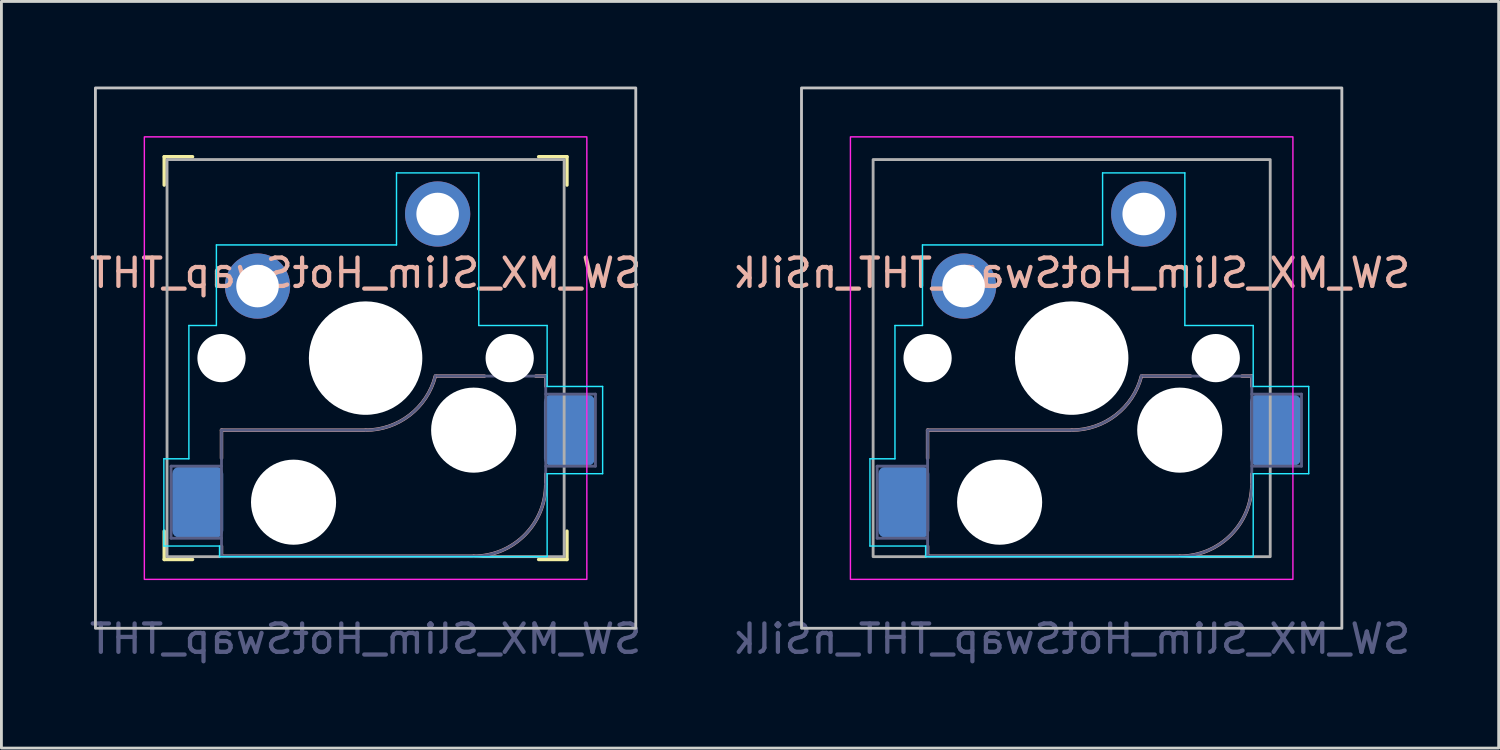
<source format=kicad_pcb>
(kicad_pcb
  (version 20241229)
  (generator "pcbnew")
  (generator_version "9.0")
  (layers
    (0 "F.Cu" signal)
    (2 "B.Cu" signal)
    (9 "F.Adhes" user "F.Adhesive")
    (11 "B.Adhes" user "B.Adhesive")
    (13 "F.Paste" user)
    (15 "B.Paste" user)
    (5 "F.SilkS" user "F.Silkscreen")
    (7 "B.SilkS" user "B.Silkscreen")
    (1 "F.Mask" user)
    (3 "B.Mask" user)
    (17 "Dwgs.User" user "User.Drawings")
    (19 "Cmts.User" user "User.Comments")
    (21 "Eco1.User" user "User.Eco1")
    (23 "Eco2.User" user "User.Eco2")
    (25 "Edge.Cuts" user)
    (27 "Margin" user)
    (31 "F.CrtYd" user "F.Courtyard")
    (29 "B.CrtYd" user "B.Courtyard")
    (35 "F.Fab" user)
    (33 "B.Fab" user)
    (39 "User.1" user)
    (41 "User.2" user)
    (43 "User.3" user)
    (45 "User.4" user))
  (footprint "SW_MX_Slim_HotSwap_THT_nSilk"
    (layer "F.Cu")
    (at 34.732 9.575)
    (property "Reference" "SW_MX_Slim_HotSwap_THT_nSilk" (at 0 -3 0) (layer "B.SilkS") (effects (font (size 1 1) (thickness 0.15)) (justify mirror)))
    (attr smd)
    (fp_line (start -5.08 2.54) (end -5.08 3.53) (stroke (width 0.12) (type default)) (layer "B.SilkS"))
    (fp_line (start -5.08 2.54) (end 0 2.54) (stroke (width 0.12) (type solid)) (layer "B.SilkS"))
    (fp_line (start -5.08 6.985) (end -5.08 6.63) (stroke (width 0.12) (type solid)) (layer "B.SilkS"))
    (fp_line (start 2.464 0.635) (end 4.191 0.635) (stroke (width 0.12) (type solid)) (layer "B.SilkS"))
    (fp_line (start 3.81 6.985) (end -5.08 6.985) (stroke (width 0.12) (type solid)) (layer "B.SilkS"))
    (fp_line (start 6 0.635) (end 6.35 0.635) (stroke (width 0.12) (type solid)) (layer "B.SilkS"))
    (fp_line (start 6.35 0.99) (end 6.35 0.635) (stroke (width 0.12) (type solid)) (layer "B.SilkS"))
    (fp_line (start 6.35 4.445) (end 6.35 4.09) (stroke (width 0.12) (type solid)) (layer "B.SilkS"))
    (fp_arc (start 2.459645 0.633836) (mid 1.555901 2.007678) (end 0 2.54) (stroke (width 0.12) (type default)) (layer "B.SilkS"))
    (fp_arc (start 6.35 4.445) (mid 5.606051 6.241051) (end 3.81 6.985) (stroke (width 0.12) (type solid)) (layer "B.SilkS"))
    (fp_rect (start -9.525 -9.525) (end 9.525 9.525) (stroke (width 0.1) (type default)) (fill no) (layer "Dwgs.User"))
    (fp_line (start -7.112 3.55) (end -7.112 6.625) (stroke (width 0.05) (type default)) (layer "B.CrtYd"))
    (fp_line (start -7.112 6.625) (end -5.15 6.625) (stroke (width 0.05) (type default)) (layer "B.CrtYd"))
    (fp_line (start -6.23 -1.15) (end -6.23 3.55) (stroke (width 0.05) (type default)) (layer "B.CrtYd"))
    (fp_line (start -6.23 -1.15) (end -5.26 -1.15) (stroke (width 0.05) (type default)) (layer "B.CrtYd"))
    (fp_line (start -6.23 3.55) (end -7.112 3.55) (stroke (width 0.05) (type default)) (layer "B.CrtYd"))
    (fp_line (start -5.26 -3.99) (end 1.09 -3.99) (stroke (width 0.05) (type default)) (layer "B.CrtYd"))
    (fp_line (start -5.26 -1.15) (end -5.26 -3.99) (stroke (width 0.05) (type default)) (layer "B.CrtYd"))
    (fp_line (start -5.15 6.625) (end -5.15 7) (stroke (width 0.05) (type default)) (layer "B.CrtYd"))
    (fp_line (start -5.15 7) (end 6.4 7) (stroke (width 0.05) (type default)) (layer "B.CrtYd"))
    (fp_line (start 1.09 -6.53) (end 3.99 -6.53) (stroke (width 0.05) (type default)) (layer "B.CrtYd"))
    (fp_line (start 1.09 -3.99) (end 1.09 -6.53) (stroke (width 0.05) (type default)) (layer "B.CrtYd"))
    (fp_line (start 3.99 -6.53) (end 3.99 -1.15) (stroke (width 0.05) (type default)) (layer "B.CrtYd"))
    (fp_line (start 3.99 -1.15) (end 6.4 -1.15) (stroke (width 0.05) (type default)) (layer "B.CrtYd"))
    (fp_line (start 6.4 -1.15) (end 6.4 1) (stroke (width 0.05) (type default)) (layer "B.CrtYd"))
    (fp_line (start 6.4 1) (end 8.357 1) (stroke (width 0.05) (type default)) (layer "B.CrtYd"))
    (fp_line (start 6.4 4.075) (end 6.4 7) (stroke (width 0.05) (type default)) (layer "B.CrtYd"))
    (fp_line (start 8.357 1) (end 8.357 4.075) (stroke (width 0.05) (type default)) (layer "B.CrtYd"))
    (fp_line (start 8.357 4.075) (end 6.4 4.075) (stroke (width 0.05) (type default)) (layer "B.CrtYd"))
    (fp_rect (start -7.8 -7.8) (end 7.8 7.8) (stroke (width 0.05) (type default)) (fill no) (layer "F.CrtYd"))
    (fp_line (start -6.858 3.81) (end -5.08 3.81) (stroke (width 0.1) (type solid)) (layer "B.Fab"))
    (fp_line (start -6.858 6.35) (end -6.858 3.81) (stroke (width 0.1) (type solid)) (layer "B.Fab"))
    (fp_line (start -5.08 2.54) (end 0 2.54) (stroke (width 0.1) (type solid)) (layer "B.Fab"))
    (fp_line (start -5.08 6.35) (end -6.858 6.35) (stroke (width 0.1) (type solid)) (layer "B.Fab"))
    (fp_line (start -5.08 6.985) (end -5.08 2.54) (stroke (width 0.1) (type solid)) (layer "B.Fab"))
    (fp_line (start 3.81 6.985) (end -5.08 6.985) (stroke (width 0.1) (type solid)) (layer "B.Fab"))
    (fp_line (start 6.35 0.635) (end 2.54 0.635) (stroke (width 0.1) (type solid)) (layer "B.Fab"))
    (fp_line (start 6.35 0.635) (end 6.35 4.445) (stroke (width 0.1) (type solid)) (layer "B.Fab"))
    (fp_line (start 6.35 1.27) (end 8.103 1.27) (stroke (width 0.1) (type solid)) (layer "B.Fab"))
    (fp_line (start 8.103 1.27) (end 8.103 3.81) (stroke (width 0.1) (type solid)) (layer "B.Fab"))
    (fp_line (start 8.103 3.81) (end 6.35 3.81) (stroke (width 0.1) (type solid)) (layer "B.Fab"))
    (fp_arc (start 2.464162 0.61604) (mid 1.563147 2.002042) (end 0 2.54) (stroke (width 0.1) (type solid)) (layer "B.Fab"))
    (fp_arc (start 6.35 4.445) (mid 5.606051 6.241051) (end 3.81 6.985) (stroke (width 0.1) (type solid)) (layer "B.Fab"))
    (fp_rect (start -7 -7) (end 7 7) (stroke (width 0.1) (type default)) (fill no) (layer "F.Fab"))
    (fp_text user "${REFERENCE}" (at 0 9.9 0) (layer "B.Fab") (effects (font (size 1 1) (thickness 0.15)) (justify mirror)))
    (pad "" np_thru_hole circle (at -5.08 0 180) (size 1.7 1.7) (drill 1.7) (layers "*.Cu" "*.Mask"))
    (pad "" np_thru_hole circle (at -2.54 5.08) (size 3 3) (drill 3) (layers "*.Cu" "*.Mask"))
    (pad "" np_thru_hole circle (at 0 0.000001 180) (size 4 4) (drill 4) (layers "*.Cu" "*.Mask"))
    (pad "" np_thru_hole circle (at 3.81 2.54) (size 3 3) (drill 3) (layers "*.Cu" "*.Mask"))
    (pad "" np_thru_hole circle (at 5.08 0 180) (size 1.7 1.7) (drill 1.7) (layers "*.Cu" "*.Mask"))
    (pad "1" thru_hole circle (at 2.54 -5.08) (size 2.3 2.3) (drill 1.5) (layers "*.Cu" "*.Mask"))
    (pad "1" smd roundrect (at 7.188 2.54) (size 1.8 2.5) (layers "B.Cu" "B.Mask" "B.Paste") (roundrect_rratio 0.139))
    (pad "2" smd roundrect (at -5.918 5.08) (size 1.8 2.5) (layers "B.Cu" "B.Mask" "B.Paste") (roundrect_rratio 0.139))
    (pad "2" thru_hole circle (at -3.81 -2.54) (size 2.3 2.3) (drill 1.5) (layers "*.Cu" "*.Mask")))
  (footprint "SW_MX_Slim_HotSwap_THT"
    (layer "F.Cu")
    (at 9.839 9.575)
    (property "Reference" "SW_MX_Slim_HotSwap_THT" (at 0 -3 0) (layer "B.SilkS") (effects (font (size 1 1) (thickness 0.15)) (justify mirror)))
    (attr smd)
    (fp_line (start -7.1 -7.1) (end -7.1 -6.1) (stroke (width 0.12) (type solid)) (layer "F.SilkS"))
    (fp_line (start -7.1 6.1) (end -7.1 7.1) (stroke (width 0.12) (type solid)) (layer "F.SilkS"))
    (fp_line (start -7.1 7.1) (end -6.1 7.1) (stroke (width 0.12) (type solid)) (layer "F.SilkS"))
    (fp_line (start -6.1 -7.1) (end -7.1 -7.1) (stroke (width 0.12) (type solid)) (layer "F.SilkS"))
    (fp_line (start 6.1 7.1) (end 7.1 7.1) (stroke (width 0.12) (type solid)) (layer "F.SilkS"))
    (fp_line (start 7.1 -7.1) (end 6.1 -7.1) (stroke (width 0.12) (type solid)) (layer "F.SilkS"))
    (fp_line (start 7.1 -7.1) (end 7.1 -6.1) (stroke (width 0.12) (type solid)) (layer "F.SilkS"))
    (fp_line (start 7.1 7.1) (end 7.1 6.1) (stroke (width 0.12) (type solid)) (layer "F.SilkS"))
    (fp_line (start -5.08 2.54) (end -5.08 3.53) (stroke (width 0.12) (type default)) (layer "B.SilkS"))
    (fp_line (start -5.08 2.54) (end 0 2.54) (stroke (width 0.12) (type solid)) (layer "B.SilkS"))
    (fp_line (start -5.08 6.985) (end -5.08 6.63) (stroke (width 0.12) (type solid)) (layer "B.SilkS"))
    (fp_line (start 2.464 0.635) (end 4.191 0.635) (stroke (width 0.12) (type solid)) (layer "B.SilkS"))
    (fp_line (start 3.81 6.985) (end -5.08 6.985) (stroke (width 0.12) (type solid)) (layer "B.SilkS"))
    (fp_line (start 6 0.635) (end 6.35 0.635) (stroke (width 0.12) (type solid)) (layer "B.SilkS"))
    (fp_line (start 6.35 0.99) (end 6.35 0.635) (stroke (width 0.12) (type solid)) (layer "B.SilkS"))
    (fp_line (start 6.35 4.445) (end 6.35 4.09) (stroke (width 0.12) (type solid)) (layer "B.SilkS"))
    (fp_arc (start 2.459645 0.633836) (mid 1.555901 2.007678) (end 0 2.54) (stroke (width 0.12) (type default)) (layer "B.SilkS"))
    (fp_arc (start 6.35 4.445) (mid 5.606051 6.241051) (end 3.81 6.985) (stroke (width 0.12) (type solid)) (layer "B.SilkS"))
    (fp_rect (start -9.525 -9.525) (end 9.525 9.525) (stroke (width 0.1) (type default)) (fill no) (layer "Dwgs.User"))
    (fp_line (start -7.112 3.55) (end -7.112 6.625) (stroke (width 0.05) (type default)) (layer "B.CrtYd"))
    (fp_line (start -7.112 6.625) (end -5.15 6.625) (stroke (width 0.05) (type default)) (layer "B.CrtYd"))
    (fp_line (start -6.23 -1.15) (end -6.23 3.55) (stroke (width 0.05) (type default)) (layer "B.CrtYd"))
    (fp_line (start -6.23 -1.15) (end -5.26 -1.15) (stroke (width 0.05) (type default)) (layer "B.CrtYd"))
    (fp_line (start -6.23 3.55) (end -7.112 3.55) (stroke (width 0.05) (type default)) (layer "B.CrtYd"))
    (fp_line (start -5.26 -3.99) (end 1.09 -3.99) (stroke (width 0.05) (type default)) (layer "B.CrtYd"))
    (fp_line (start -5.26 -1.15) (end -5.26 -3.99) (stroke (width 0.05) (type default)) (layer "B.CrtYd"))
    (fp_line (start -5.15 6.625) (end -5.15 7) (stroke (width 0.05) (type default)) (layer "B.CrtYd"))
    (fp_line (start -5.15 7) (end 6.4 7) (stroke (width 0.05) (type default)) (layer "B.CrtYd"))
    (fp_line (start 1.09 -6.53) (end 3.99 -6.53) (stroke (width 0.05) (type default)) (layer "B.CrtYd"))
    (fp_line (start 1.09 -3.99) (end 1.09 -6.53) (stroke (width 0.05) (type default)) (layer "B.CrtYd"))
    (fp_line (start 3.99 -6.53) (end 3.99 -1.15) (stroke (width 0.05) (type default)) (layer "B.CrtYd"))
    (fp_line (start 3.99 -1.15) (end 6.4 -1.15) (stroke (width 0.05) (type default)) (layer "B.CrtYd"))
    (fp_line (start 6.4 -1.15) (end 6.4 1) (stroke (width 0.05) (type default)) (layer "B.CrtYd"))
    (fp_line (start 6.4 1) (end 8.357 1) (stroke (width 0.05) (type default)) (layer "B.CrtYd"))
    (fp_line (start 6.4 4.075) (end 6.4 7) (stroke (width 0.05) (type default)) (layer "B.CrtYd"))
    (fp_line (start 8.357 1) (end 8.357 4.075) (stroke (width 0.05) (type default)) (layer "B.CrtYd"))
    (fp_line (start 8.357 4.075) (end 6.4 4.075) (stroke (width 0.05) (type default)) (layer "B.CrtYd"))
    (fp_rect (start -7.8 -7.8) (end 7.8 7.8) (stroke (width 0.05) (type default)) (fill no) (layer "F.CrtYd"))
    (fp_line (start -6.858 3.81) (end -5.08 3.81) (stroke (width 0.1) (type solid)) (layer "B.Fab"))
    (fp_line (start -6.858 6.35) (end -6.858 3.81) (stroke (width 0.1) (type solid)) (layer "B.Fab"))
    (fp_line (start -5.08 2.54) (end 0 2.54) (stroke (width 0.1) (type solid)) (layer "B.Fab"))
    (fp_line (start -5.08 6.35) (end -6.858 6.35) (stroke (width 0.1) (type solid)) (layer "B.Fab"))
    (fp_line (start -5.08 6.985) (end -5.08 2.54) (stroke (width 0.1) (type solid)) (layer "B.Fab"))
    (fp_line (start 3.81 6.985) (end -5.08 6.985) (stroke (width 0.1) (type solid)) (layer "B.Fab"))
    (fp_line (start 6.35 0.635) (end 2.54 0.635) (stroke (width 0.1) (type solid)) (layer "B.Fab"))
    (fp_line (start 6.35 0.635) (end 6.35 4.445) (stroke (width 0.1) (type solid)) (layer "B.Fab"))
    (fp_line (start 6.35 1.27) (end 8.103 1.27) (stroke (width 0.1) (type solid)) (layer "B.Fab"))
    (fp_line (start 8.103 1.27) (end 8.103 3.81) (stroke (width 0.1) (type solid)) (layer "B.Fab"))
    (fp_line (start 8.103 3.81) (end 6.35 3.81) (stroke (width 0.1) (type solid)) (layer "B.Fab"))
    (fp_arc (start 2.464162 0.61604) (mid 1.563147 2.002042) (end 0 2.54) (stroke (width 0.1) (type solid)) (layer "B.Fab"))
    (fp_arc (start 6.35 4.445) (mid 5.606051 6.241051) (end 3.81 6.985) (stroke (width 0.1) (type solid)) (layer "B.Fab"))
    (fp_rect (start -7 -7) (end 7 7) (stroke (width 0.1) (type default)) (fill no) (layer "F.Fab"))
    (fp_text user "${REFERENCE}" (at 0 9.9 0) (layer "B.Fab") (effects (font (size 1 1) (thickness 0.15)) (justify mirror)))
    (pad "" np_thru_hole circle (at -5.08 0 180) (size 1.7 1.7) (drill 1.7) (layers "*.Cu" "*.Mask"))
    (pad "" np_thru_hole circle (at -2.54 5.08) (size 3 3) (drill 3) (layers "*.Cu" "*.Mask"))
    (pad "" np_thru_hole circle (at 0 0.000001 180) (size 4 4) (drill 4) (layers "*.Cu" "*.Mask"))
    (pad "" np_thru_hole circle (at 3.81 2.54) (size 3 3) (drill 3) (layers "*.Cu" "*.Mask"))
    (pad "" np_thru_hole circle (at 5.08 0 180) (size 1.7 1.7) (drill 1.7) (layers "*.Cu" "*.Mask"))
    (pad "1" thru_hole circle (at 2.54 -5.08) (size 2.3 2.3) (drill 1.5) (layers "*.Cu" "*.Mask"))
    (pad "1" smd roundrect (at 7.188 2.54) (size 1.8 2.5) (layers "B.Cu" "B.Mask" "B.Paste") (roundrect_rratio 0.139))
    (pad "2" smd roundrect (at -5.918 5.08) (size 1.8 2.5) (layers "B.Cu" "B.Mask" "B.Paste") (roundrect_rratio 0.139))
    (pad "2" thru_hole circle (at -3.81 -2.54) (size 2.3 2.3) (drill 1.5) (layers "*.Cu" "*.Mask")))
  (gr_rect
    (start -3 -3)
    (end 49.786 23.323)
    (stroke (width 0.1) (type default))
    (fill no)
    (layer "Edge.Cuts")))
</source>
